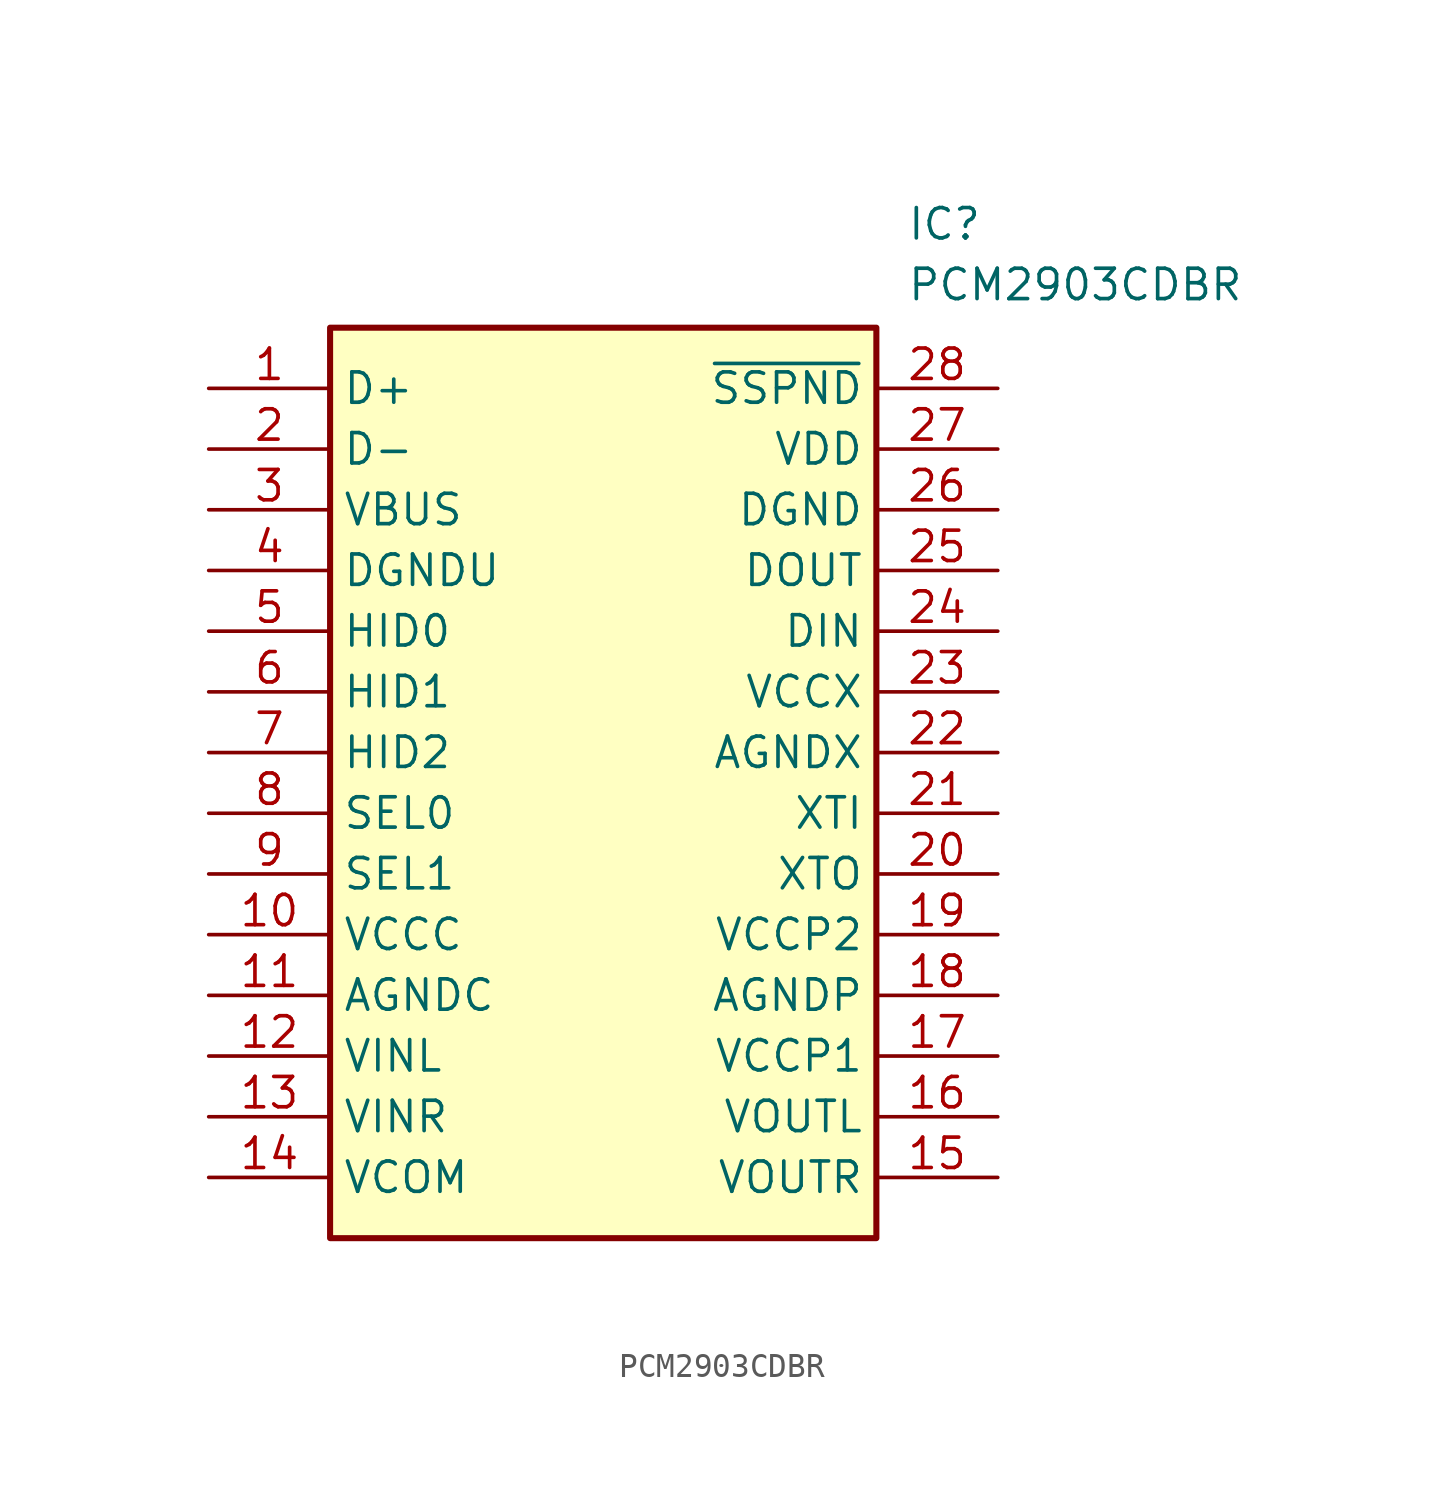
<source format=kicad_sym>
(kicad_symbol_lib
  (version 20231120)
  (generator "kicad_symbol_editor")
  (generator_version "8.0")
  (symbol "PCM2903CDBR"
    (property "Reference" "IC"
      (at 29.21 7.62 0)
      (effects (font (size 1.27 1.27)) (justify left top)))
    (property "Value" "PCM2903CDBR"
      (at 29.21 5.08 0)
      (effects (font (size 1.27 1.27)) (justify left top)))
    (symbol "PCM2903CDBR_1_1"
      (rectangle (start 5.08 2.54) (end 27.94 -35.56) (stroke (width 0.254) (type default)) (fill (type background)))
      (pin bidirectional line (at 0 0 0) (length 5.08) (name "D+" (effects (font (size 1.27 1.27)))) (number "1" (effects (font (size 1.27 1.27)))))
      (pin passive line (at 0 -22.86 0) (length 5.08) (name "VCCC" (effects (font (size 1.27 1.27)))) (number "10" (effects (font (size 1.27 1.27)))))
      (pin power_in line (at 0 -25.4 0) (length 5.08) (name "AGNDC" (effects (font (size 1.27 1.27)))) (number "11" (effects (font (size 1.27 1.27)))))
      (pin input line (at 0 -27.94 0) (length 5.08) (name "VINL" (effects (font (size 1.27 1.27)))) (number "12" (effects (font (size 1.27 1.27)))))
      (pin input line (at 0 -30.48 0) (length 5.08) (name "VINR" (effects (font (size 1.27 1.27)))) (number "13" (effects (font (size 1.27 1.27)))))
      (pin passive line (at 0 -33.02 0) (length 5.08) (name "VCOM" (effects (font (size 1.27 1.27)))) (number "14" (effects (font (size 1.27 1.27)))))
      (pin output line (at 33.02 -33.02 180) (length 5.08) (name "VOUTR" (effects (font (size 1.27 1.27)))) (number "15" (effects (font (size 1.27 1.27)))))
      (pin output line (at 33.02 -30.48 180) (length 5.08) (name "VOUTL" (effects (font (size 1.27 1.27)))) (number "16" (effects (font (size 1.27 1.27)))))
      (pin passive line (at 33.02 -27.94 180) (length 5.08) (name "VCCP1" (effects (font (size 1.27 1.27)))) (number "17" (effects (font (size 1.27 1.27)))))
      (pin power_in line (at 33.02 -25.4 180) (length 5.08) (name "AGNDP" (effects (font (size 1.27 1.27)))) (number "18" (effects (font (size 1.27 1.27)))))
      (pin passive line (at 33.02 -22.86 180) (length 5.08) (name "VCCP2" (effects (font (size 1.27 1.27)))) (number "19" (effects (font (size 1.27 1.27)))))
      (pin bidirectional line (at 0 -2.54 0) (length 5.08) (name "D-" (effects (font (size 1.27 1.27)))) (number "2" (effects (font (size 1.27 1.27)))))
      (pin output line (at 33.02 -20.32 180) (length 5.08) (name "XTO" (effects (font (size 1.27 1.27)))) (number "20" (effects (font (size 1.27 1.27)))))
      (pin input line (at 33.02 -17.78 180) (length 5.08) (name "XTI" (effects (font (size 1.27 1.27)))) (number "21" (effects (font (size 1.27 1.27)))))
      (pin power_in line (at 33.02 -15.24 180) (length 5.08) (name "AGNDX" (effects (font (size 1.27 1.27)))) (number "22" (effects (font (size 1.27 1.27)))))
      (pin passive line (at 33.02 -12.7 180) (length 5.08) (name "VCCX" (effects (font (size 1.27 1.27)))) (number "23" (effects (font (size 1.27 1.27)))))
      (pin input line (at 33.02 -10.16 180) (length 5.08) (name "DIN" (effects (font (size 1.27 1.27)))) (number "24" (effects (font (size 1.27 1.27)))))
      (pin output line (at 33.02 -7.62 180) (length 5.08) (name "DOUT" (effects (font (size 1.27 1.27)))) (number "25" (effects (font (size 1.27 1.27)))))
      (pin power_in line (at 33.02 -5.08 180) (length 5.08) (name "DGND" (effects (font (size 1.27 1.27)))) (number "26" (effects (font (size 1.27 1.27)))))
      (pin power_in line (at 33.02 -2.54 180) (length 5.08) (name "VDD" (effects (font (size 1.27 1.27)))) (number "27" (effects (font (size 1.27 1.27)))))
      (pin output line (at 33.02 0 180) (length 5.08) (name "~{SSPND}" (effects (font (size 1.27 1.27)))) (number "28" (effects (font (size 1.27 1.27)))))
      (pin power_in line (at 0 -5.08 0) (length 5.08) (name "VBUS" (effects (font (size 1.27 1.27)))) (number "3" (effects (font (size 1.27 1.27)))))
      (pin passive line (at 0 -7.62 0) (length 5.08) (name "DGNDU" (effects (font (size 1.27 1.27)))) (number "4" (effects (font (size 1.27 1.27)))))
      (pin passive line (at 0 -10.16 0) (length 5.08) (name "HID0" (effects (font (size 1.27 1.27)))) (number "5" (effects (font (size 1.27 1.27)))))
      (pin passive line (at 0 -12.7 0) (length 5.08) (name "HID1" (effects (font (size 1.27 1.27)))) (number "6" (effects (font (size 1.27 1.27)))))
      (pin passive line (at 0 -15.24 0) (length 5.08) (name "HID2" (effects (font (size 1.27 1.27)))) (number "7" (effects (font (size 1.27 1.27)))))
      (pin passive line (at 0 -17.78 0) (length 5.08) (name "SEL0" (effects (font (size 1.27 1.27)))) (number "8" (effects (font (size 1.27 1.27)))))
      (pin passive line (at 0 -20.32 0) (length 5.08) (name "SEL1" (effects (font (size 1.27 1.27)))) (number "9" (effects (font (size 1.27 1.27))))))))
</source>
